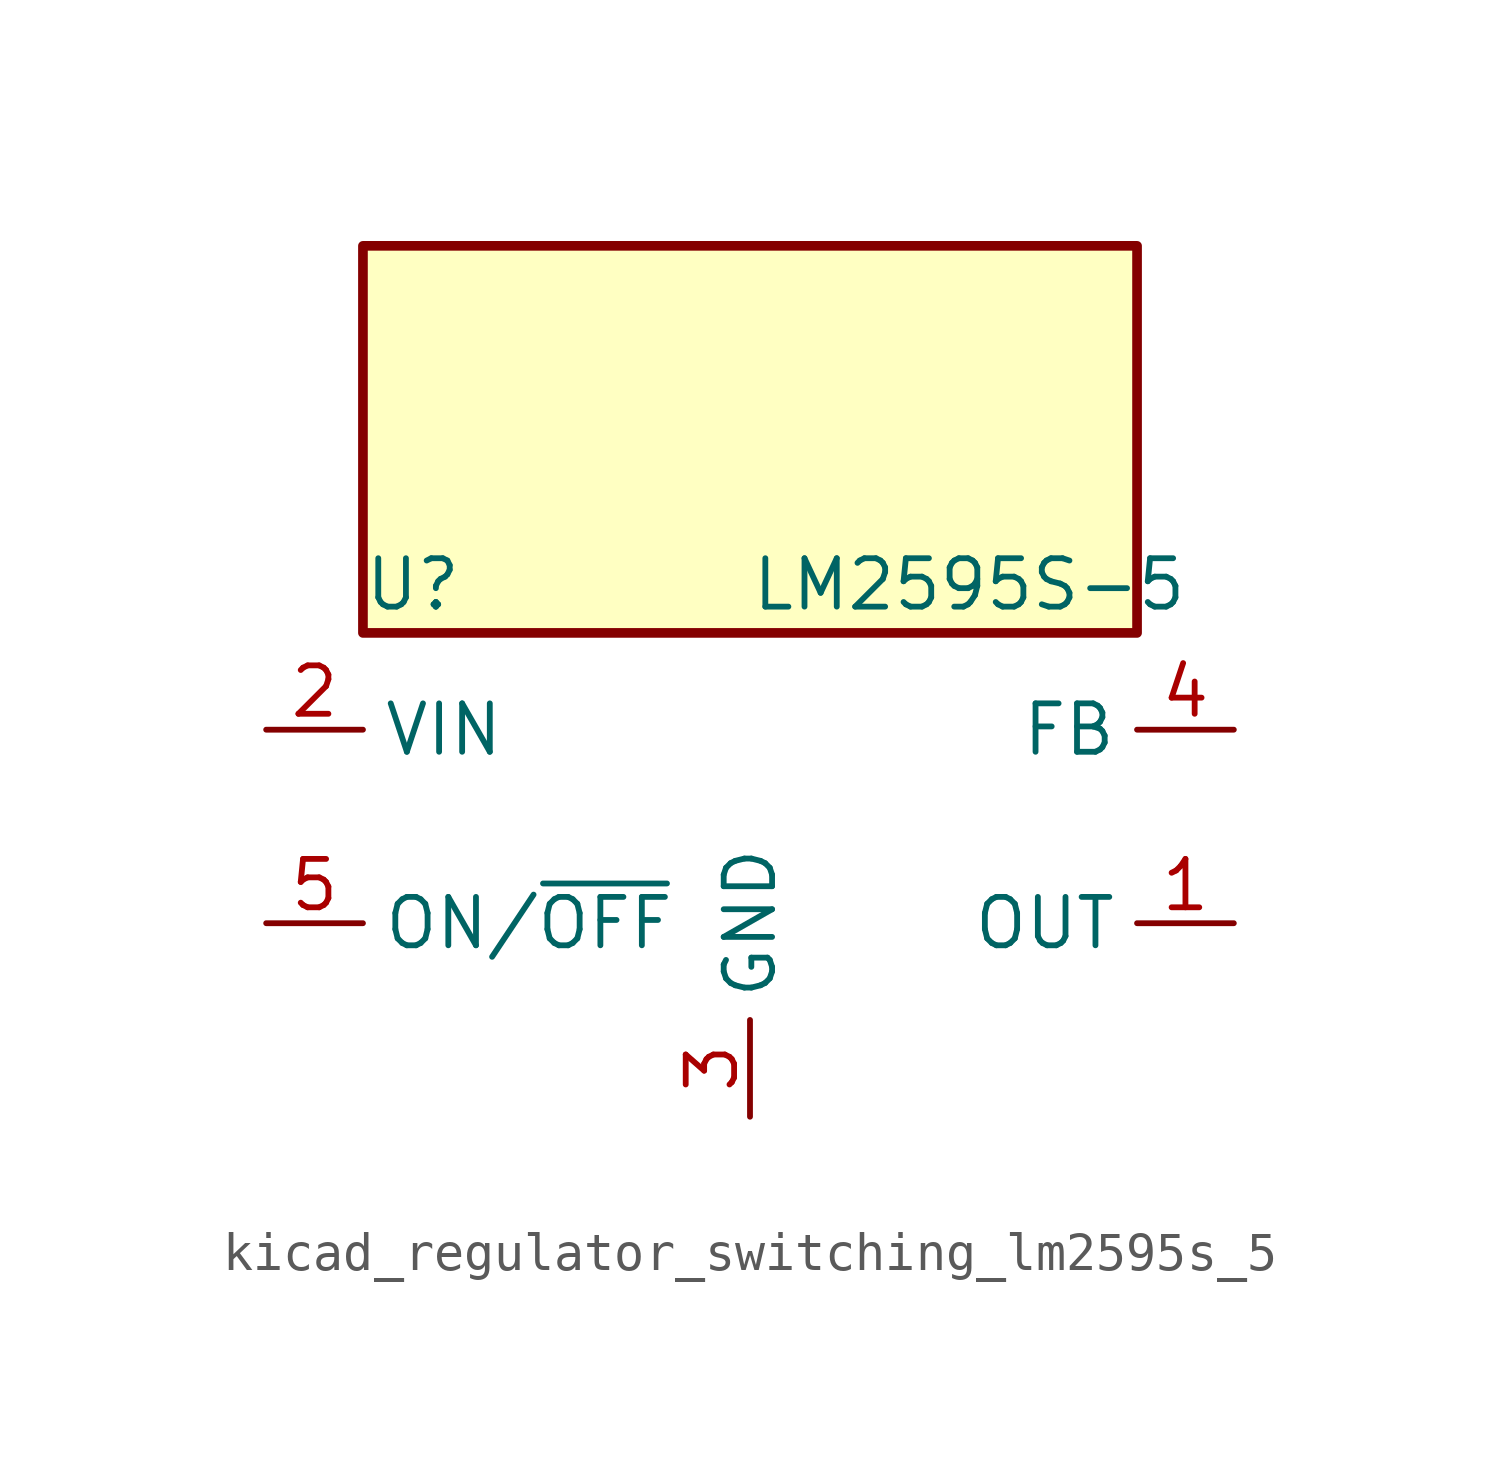
<source format=kicad_sym>
(kicad_symbol_lib
  (version 20220914)
  (generator kicad_symbol_editor)
  (symbol "kicad_regulator_switching_lm2595s_5"
    (property "Reference" "U"
      (at -10.16 6.35 0)
      (effects (font (size 1.27 1.27)) (justify left)))
    (property "Value" "LM2595S-5"
      (at 0 6.35 0)
      (effects (font (size 1.27 1.27)) (justify left)))
    (symbol "kicad_regulator_switching_lm2595s_5_0_1"
      (rectangle (start 10.16 15.24) (end -10.16 5.08) (stroke (width 0.254) (type default)) (fill (type background))))
    (symbol "kicad_regulator_switching_lm2595s_5_1_1"
      (pin output line (at 12.7 -2.54 180) (length 2.54) (name "OUT" (effects (font (size 1.27 1.27)))) (number "1" (effects (font (size 1.27 1.27)))))
      (pin power_in line (at -12.7 2.54 0) (length 2.54) (name "VIN" (effects (font (size 1.27 1.27)))) (number "2" (effects (font (size 1.27 1.27)))))
      (pin power_in line (at 0 -7.62 90) (length 2.54) (name "GND" (effects (font (size 1.27 1.27)))) (number "3" (effects (font (size 1.27 1.27)))))
      (pin input line (at 12.7 2.54 180) (length 2.54) (name "FB" (effects (font (size 1.27 1.27)))) (number "4" (effects (font (size 1.27 1.27)))))
      (pin input line (at -12.7 -2.54 0) (length 2.54) (name "ON/~{OFF}" (effects (font (size 1.27 1.27)))) (number "5" (effects (font (size 1.27 1.27))))))))
</source>
